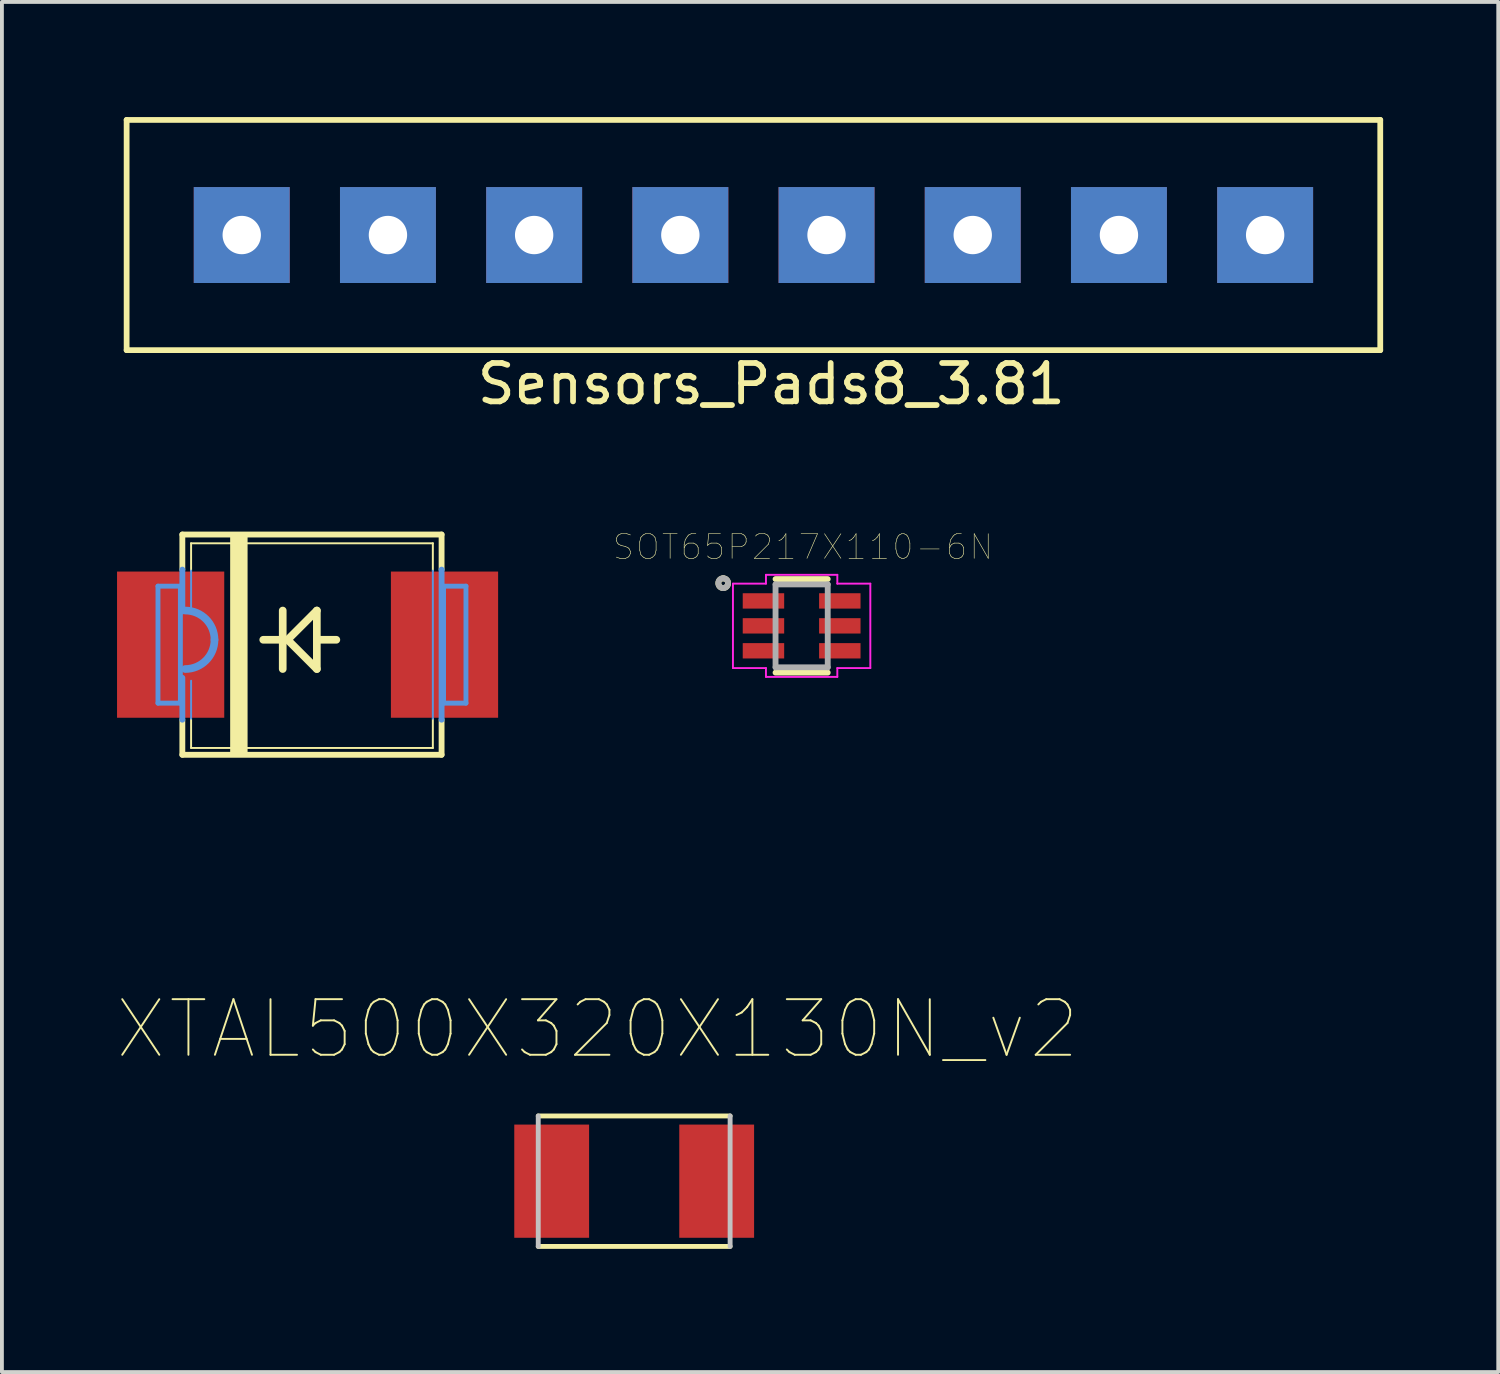
<source format=kicad_pcb>
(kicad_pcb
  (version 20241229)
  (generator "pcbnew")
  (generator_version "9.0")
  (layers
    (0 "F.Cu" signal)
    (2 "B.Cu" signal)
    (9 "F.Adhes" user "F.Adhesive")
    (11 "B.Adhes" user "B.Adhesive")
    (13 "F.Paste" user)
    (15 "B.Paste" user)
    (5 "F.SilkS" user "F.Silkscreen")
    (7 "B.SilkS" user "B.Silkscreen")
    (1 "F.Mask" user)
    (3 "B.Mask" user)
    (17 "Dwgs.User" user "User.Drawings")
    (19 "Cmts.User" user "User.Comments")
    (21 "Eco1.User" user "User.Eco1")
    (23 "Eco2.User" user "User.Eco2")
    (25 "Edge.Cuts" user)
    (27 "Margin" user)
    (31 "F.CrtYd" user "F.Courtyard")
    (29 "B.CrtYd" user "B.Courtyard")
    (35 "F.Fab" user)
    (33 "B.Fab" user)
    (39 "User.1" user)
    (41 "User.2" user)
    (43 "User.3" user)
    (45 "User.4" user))
  (footprint "XTAL500X320X130N_v2"
    (layer "F.Cu")
    (at 13.477 27.732)
    (property "Reference" "XTAL500X320X130N_v2" (at -0.956 -3.962 0) (layer "F.SilkS") (effects (font (size 1.449 1.449) (thickness 0.05))))
    (attr smd)
    (fp_line (start -2.5 -1.7) (end 2.5 -1.7) (stroke (width 0.127) (type solid)) (layer "F.SilkS"))
    (fp_line (start 2.5 1.7) (end -2.5 1.7) (stroke (width 0.127) (type solid)) (layer "F.SilkS"))
    (fp_line (start -2.5 1.7) (end -2.5 -1.7) (stroke (width 0.127) (type solid)) (layer "Dwgs.User"))
    (fp_line (start 2.5 -1.7) (end 2.5 1.7) (stroke (width 0.127) (type solid)) (layer "Dwgs.User"))
    (fp_line (start -3.4 -1.95) (end 3.4 -1.95) (stroke (width 0.05) (type solid)) (layer "Eco1.User"))
    (fp_line (start -3.4 1.95) (end -3.4 -1.95) (stroke (width 0.05) (type solid)) (layer "Eco1.User"))
    (fp_line (start 3.4 -1.95) (end 3.4 1.95) (stroke (width 0.05) (type solid)) (layer "Eco1.User"))
    (fp_line (start 3.4 1.95) (end -3.4 1.95) (stroke (width 0.05) (type solid)) (layer "Eco1.User"))
    (pad "1" smd rect (at -2.15 0) (size 1.95 2.95) (layers "F.Cu" "F.Mask" "F.Paste"))
    (pad "2" smd rect (at 2.15 0) (size 1.95 2.95) (layers "F.Cu" "F.Mask" "F.Paste")))
  (footprint "SOT65P217X110-6N"
    (layer "F.Cu")
    (at 17.841 13.26)
    (property "Reference" "SOT65P217X110-6N" (at 0.032 -2.056 0) (layer "F.SilkS") (effects (font (size 0.64 0.64) (thickness 0.015))))
    (attr through_hole)
    (fp_line (start -0.68 1.219) (end 0.68 1.219) (stroke (width 0.152) (type solid)) (layer "F.SilkS"))
    (fp_line (start 0.68 -1.219) (end -0.68 -1.219) (stroke (width 0.152) (type solid)) (layer "F.SilkS"))
    (fp_arc (start -2.0438 -1.2392) (mid -1.9168 -1.1122) (end -2.0438 -0.9852) (stroke (width 0.1524) (type solid)) (layer "F.SilkS"))
    (fp_arc (start -2.0438 -0.9852) (mid -2.1708 -1.1122) (end -2.0438 -1.2392) (stroke (width 0.1524) (type solid)) (layer "F.SilkS"))
    (fp_line (start -1.79 -1.1) (end -0.93 -1.1) (stroke (width 0.05) (type solid)) (layer "F.CrtYd"))
    (fp_line (start -1.79 1.1) (end -1.79 -1.1) (stroke (width 0.05) (type solid)) (layer "F.CrtYd"))
    (fp_line (start -0.93 -1.33) (end 0.93 -1.33) (stroke (width 0.05) (type solid)) (layer "F.CrtYd"))
    (fp_line (start -0.93 -1.1) (end -0.93 -1.33) (stroke (width 0.05) (type solid)) (layer "F.CrtYd"))
    (fp_line (start -0.93 1.1) (end -1.79 1.1) (stroke (width 0.05) (type solid)) (layer "F.CrtYd"))
    (fp_line (start -0.93 1.33) (end -0.93 1.1) (stroke (width 0.05) (type solid)) (layer "F.CrtYd"))
    (fp_line (start 0.93 -1.33) (end 0.93 -1.1) (stroke (width 0.05) (type solid)) (layer "F.CrtYd"))
    (fp_line (start 0.93 -1.1) (end 1.79 -1.1) (stroke (width 0.05) (type solid)) (layer "F.CrtYd"))
    (fp_line (start 0.93 1.1) (end 0.93 1.33) (stroke (width 0.05) (type solid)) (layer "F.CrtYd"))
    (fp_line (start 0.93 1.33) (end -0.93 1.33) (stroke (width 0.05) (type solid)) (layer "F.CrtYd"))
    (fp_line (start 1.79 -1.1) (end 1.79 1.1) (stroke (width 0.05) (type solid)) (layer "F.CrtYd"))
    (fp_line (start 1.79 1.1) (end 0.93 1.1) (stroke (width 0.05) (type solid)) (layer "F.CrtYd"))
    (fp_line (start -0.68 -1.08) (end -0.68 1.08) (stroke (width 0.152) (type solid)) (layer "F.Fab"))
    (fp_line (start -0.68 1.08) (end 0.68 1.08) (stroke (width 0.152) (type solid)) (layer "F.Fab"))
    (fp_line (start 0.68 -1.08) (end -0.68 -1.08) (stroke (width 0.152) (type solid)) (layer "F.Fab"))
    (fp_line (start 0.68 1.08) (end 0.68 -1.08) (stroke (width 0.152) (type solid)) (layer "F.Fab"))
    (fp_arc (start -2.0438 -1.2392) (mid -1.9168 -1.1122) (end -2.0438 -0.9852) (stroke (width 0.1524) (type solid)) (layer "F.Fab"))
    (fp_arc (start -2.0438 -0.9852) (mid -2.1708 -1.1122) (end -2.0438 -1.2392) (stroke (width 0.1524) (type solid)) (layer "F.Fab"))
    (pad "1" smd rect (at -0.995 -0.65) (size 1.08 0.4) (layers "F.Cu" "F.Mask" "F.Paste"))
    (pad "2" smd rect (at -0.995 0) (size 1.08 0.4) (layers "F.Cu" "F.Mask" "F.Paste"))
    (pad "3" smd rect (at -0.995 0.65) (size 1.08 0.4) (layers "F.Cu" "F.Mask" "F.Paste"))
    (pad "4" smd rect (at 0.995 0.65) (size 1.08 0.4) (layers "F.Cu" "F.Mask" "F.Paste"))
    (pad "5" smd rect (at 0.995 0) (size 1.08 0.4) (layers "F.Cu" "F.Mask" "F.Paste"))
    (pad "6" smd rect (at 0.995 -0.65) (size 1.08 0.4) (layers "F.Cu" "F.Mask" "F.Paste")))
  (footprint "Sensors_Pads8_3.81"
    (layer "F.Cu")
    (at 0.25 6.075)
    (property "Reference" "Sensors_Pads8_3.81" (at 16.8 0.88 0) (layer "F.SilkS") (effects (font (size 1 1) (thickness 0.15))))
    (attr through_hole)
    (fp_line (start 0 -6) (end 32.67 -6) (stroke (width 0.15) (type solid)) (layer "F.SilkS"))
    (fp_line (start 0 0) (end 0 -6) (stroke (width 0.15) (type solid)) (layer "F.SilkS"))
    (fp_line (start 32.67 -6) (end 32.67 0) (stroke (width 0.15) (type solid)) (layer "F.SilkS"))
    (fp_line (start 32.67 0) (end 0 0) (stroke (width 0.15) (type solid)) (layer "F.SilkS"))
    (pad "1" thru_hole rect (at 3 -3) (size 2.5 2.5) (drill 1) (layers "*.Cu" "*.Mask"))
    (pad "2" thru_hole rect (at 6.81 -3) (size 2.5 2.5) (drill 1) (layers "*.Cu" "*.Mask"))
    (pad "3" thru_hole rect (at 10.62 -3) (size 2.5 2.5) (drill 1) (layers "*.Cu" "*.Mask"))
    (pad "4" thru_hole rect (at 14.43 -3) (size 2.5 2.5) (drill 1) (layers "*.Cu" "*.Mask"))
    (pad "5" thru_hole rect (at 18.24 -3) (size 2.5 2.5) (drill 1) (layers "*.Cu" "*.Mask"))
    (pad "6" thru_hole rect (at 22.05 -3) (size 2.5 2.5) (drill 1) (layers "*.Cu" "*.Mask"))
    (pad "7" thru_hole rect (at 25.86 -3) (size 2.5 2.5) (drill 1) (layers "*.Cu" "*.Mask"))
    (pad "8" thru_hole rect (at 29.67 -3) (size 2.5 2.5) (drill 1) (layers "*.Cu" "*.Mask")))
  (footprint "SMC_diode"
    (layer "F.Cu")
    (at 5.207 13.623)
    (property "Reference" "SMC_diode" (at 4.064 3.556 90) (layer "Eco1.User") (effects (font (size 0.64 0.64) (thickness 0.127))))
    (attr through_hole)
    (fp_line (start -3.505 -2.743) (end -3.505 -1.829) (stroke (width 0.152) (type solid)) (layer "F.SilkS"))
    (fp_line (start -3.505 -2.743) (end 3.251 -2.743) (stroke (width 0.152) (type solid)) (layer "F.SilkS"))
    (fp_line (start -3.505 2.997) (end -3.505 2.083) (stroke (width 0.152) (type solid)) (layer "F.SilkS"))
    (fp_line (start -3.277 -2.515) (end 3.023 -2.515) (stroke (width 0.051) (type solid)) (layer "F.SilkS"))
    (fp_line (start -3.277 -1.803) (end -3.277 -2.515) (stroke (width 0.051) (type solid)) (layer "F.SilkS"))
    (fp_line (start -3.277 2.819) (end -3.277 2.057) (stroke (width 0.051) (type solid)) (layer "F.SilkS"))
    (fp_line (start -3.277 2.819) (end 3.023 2.819) (stroke (width 0.051) (type solid)) (layer "F.SilkS"))
    (fp_line (start -2.159 -2.667) (end -2.159 2.921) (stroke (width 0.2) (type solid)) (layer "F.SilkS"))
    (fp_line (start -2.032 -2.667) (end -2.032 2.921) (stroke (width 0.2) (type solid)) (layer "F.SilkS"))
    (fp_line (start -1.905 2.921) (end -1.905 -2.667) (stroke (width 0.2) (type solid)) (layer "F.SilkS"))
    (fp_line (start -0.889 -0.762) (end -0.889 0.762) (stroke (width 0.2) (type solid)) (layer "F.SilkS"))
    (fp_line (start -0.889 0) (end -1.397 0) (stroke (width 0.2) (type solid)) (layer "F.SilkS"))
    (fp_line (start -0.762 0) (end 0 0.762) (stroke (width 0.2) (type solid)) (layer "F.SilkS"))
    (fp_line (start 0 -0.762) (end -0.762 0) (stroke (width 0.2) (type solid)) (layer "F.SilkS"))
    (fp_line (start 0 0) (end 0.508 0) (stroke (width 0.2) (type solid)) (layer "F.SilkS"))
    (fp_line (start 0 0.762) (end 0 -0.762) (stroke (width 0.2) (type solid)) (layer "F.SilkS"))
    (fp_line (start 3.023 -1.803) (end 3.023 -2.515) (stroke (width 0.051) (type solid)) (layer "F.SilkS"))
    (fp_line (start 3.023 2.057) (end 3.023 2.819) (stroke (width 0.051) (type solid)) (layer "F.SilkS"))
    (fp_line (start 3.251 -2.743) (end 3.251 -1.829) (stroke (width 0.152) (type solid)) (layer "F.SilkS"))
    (fp_line (start 3.251 2.997) (end -3.505 2.997) (stroke (width 0.152) (type solid)) (layer "F.SilkS"))
    (fp_line (start 3.251 2.997) (end 3.251 2.083) (stroke (width 0.152) (type solid)) (layer "F.SilkS"))
    (fp_line (start -4.14 -1.397) (end -4.14 1.651) (stroke (width 0.127) (type solid)) (layer "Cmts.User"))
    (fp_line (start -4.14 1.651) (end -3.556 1.651) (stroke (width 0.127) (type solid)) (layer "Cmts.User"))
    (fp_line (start -3.556 -1.397) (end -4.14 -1.397) (stroke (width 0.127) (type solid)) (layer "Cmts.User"))
    (fp_line (start -3.556 1.651) (end -3.556 -1.397) (stroke (width 0.127) (type solid)) (layer "Cmts.User"))
    (fp_line (start -3.505 -1.829) (end -3.505 -0.737) (stroke (width 0.152) (type solid)) (layer "Cmts.User"))
    (fp_line (start -3.505 2.083) (end -3.505 0.991) (stroke (width 0.152) (type solid)) (layer "Cmts.User"))
    (fp_line (start -3.277 -0.787) (end -3.277 -1.803) (stroke (width 0.051) (type solid)) (layer "Cmts.User"))
    (fp_line (start -3.277 2.057) (end -3.277 1.067) (stroke (width 0.051) (type solid)) (layer "Cmts.User"))
    (fp_line (start 3.023 -1.803) (end 3.023 2.057) (stroke (width 0.051) (type solid)) (layer "Cmts.User"))
    (fp_line (start 3.251 -1.829) (end 3.251 2.083) (stroke (width 0.152) (type solid)) (layer "Cmts.User"))
    (fp_line (start 3.302 -1.397) (end 3.302 1.651) (stroke (width 0.127) (type solid)) (layer "Cmts.User"))
    (fp_line (start 3.302 1.651) (end 3.886 1.651) (stroke (width 0.127) (type solid)) (layer "Cmts.User"))
    (fp_line (start 3.886 -1.397) (end 3.302 -1.397) (stroke (width 0.127) (type solid)) (layer "Cmts.User"))
    (fp_line (start 3.886 1.651) (end 3.886 -1.397) (stroke (width 0.127) (type solid)) (layer "Cmts.User"))
    (fp_arc (start -3.429 -0.762) (mid -2.890185 -0.538815) (end -2.667 0) (stroke (width 0.2) (type solid)) (layer "Cmts.User"))
    (fp_arc (start -2.667 0) (mid -2.890185 0.538815) (end -3.429 0.762) (stroke (width 0.2) (type solid)) (layer "Cmts.User"))
    (pad "1" smd rect (at 3.327 0.127) (size 2.794 3.81) (layers "F.Cu" "F.Mask" "F.Paste"))
    (pad "2" smd rect (at -3.81 0.127) (size 2.794 3.81) (layers "F.Cu" "F.Mask" "F.Paste")))
  (gr_rect
    (start -3 -3)
    (end 35.995 32.707)
    (stroke (width 0.1) (type default))
    (fill no)
    (layer "Edge.Cuts")))
</source>
